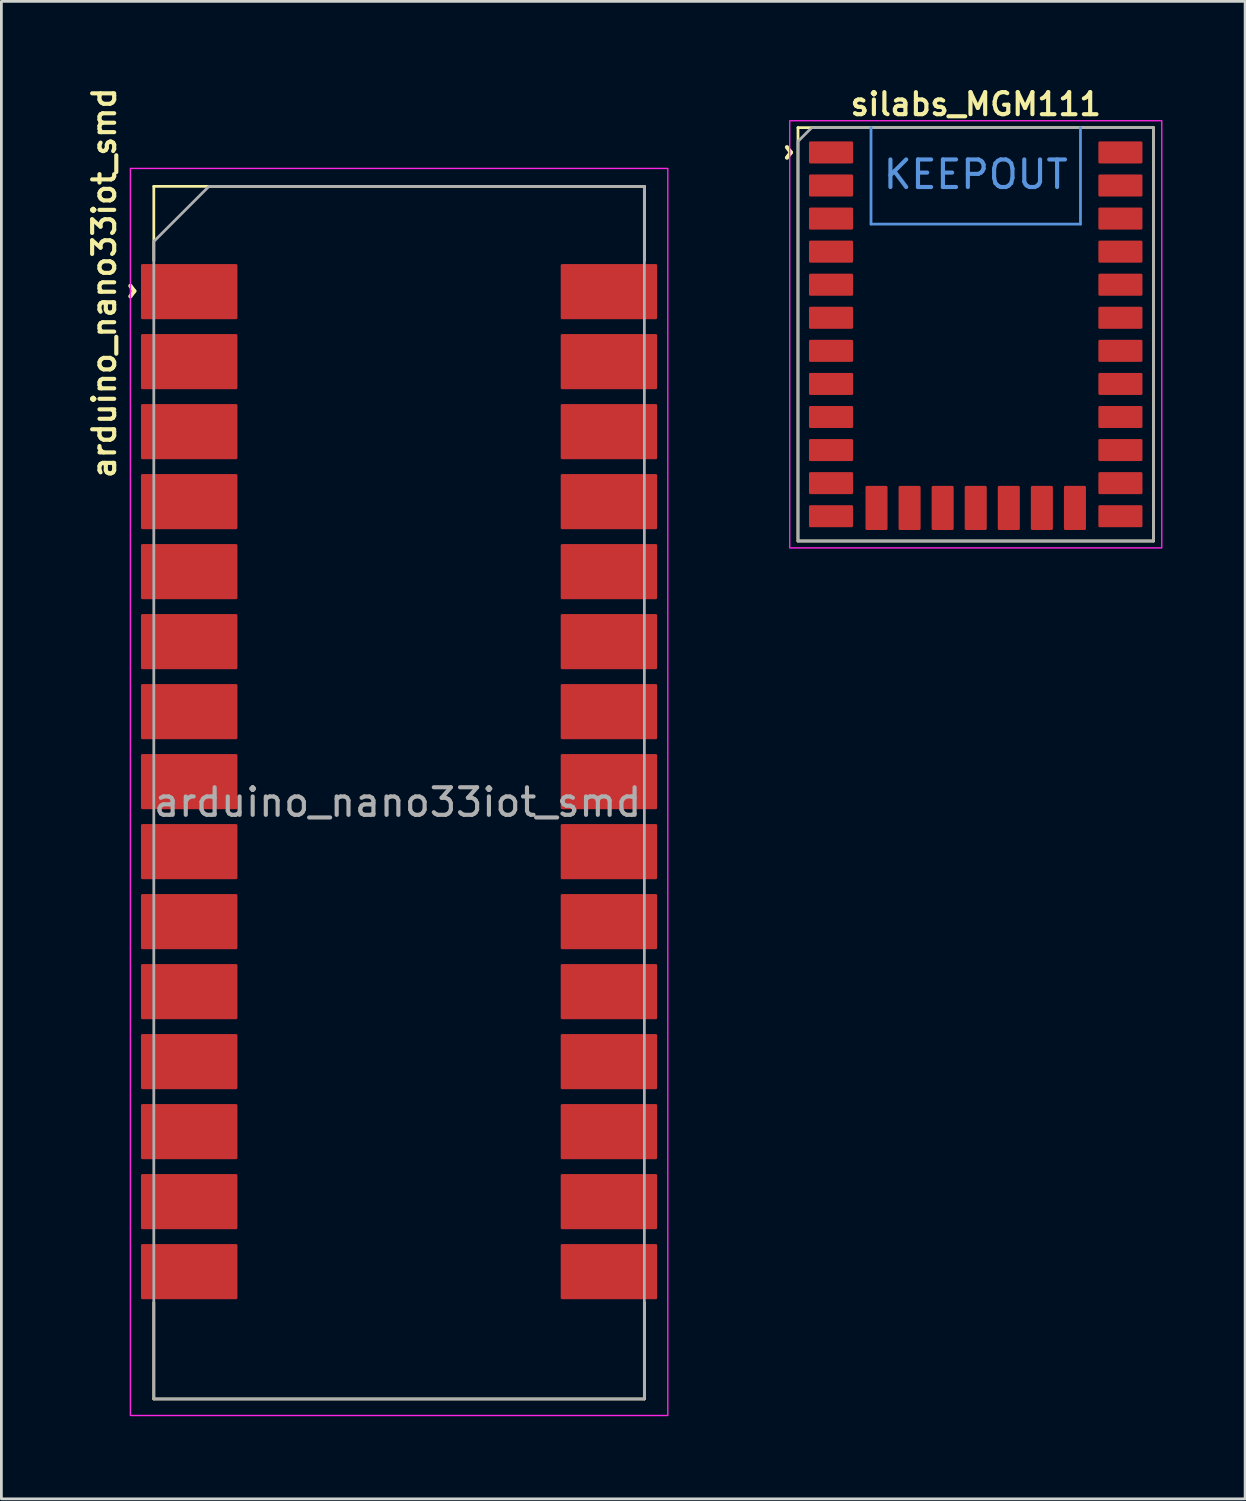
<source format=kicad_pcb>
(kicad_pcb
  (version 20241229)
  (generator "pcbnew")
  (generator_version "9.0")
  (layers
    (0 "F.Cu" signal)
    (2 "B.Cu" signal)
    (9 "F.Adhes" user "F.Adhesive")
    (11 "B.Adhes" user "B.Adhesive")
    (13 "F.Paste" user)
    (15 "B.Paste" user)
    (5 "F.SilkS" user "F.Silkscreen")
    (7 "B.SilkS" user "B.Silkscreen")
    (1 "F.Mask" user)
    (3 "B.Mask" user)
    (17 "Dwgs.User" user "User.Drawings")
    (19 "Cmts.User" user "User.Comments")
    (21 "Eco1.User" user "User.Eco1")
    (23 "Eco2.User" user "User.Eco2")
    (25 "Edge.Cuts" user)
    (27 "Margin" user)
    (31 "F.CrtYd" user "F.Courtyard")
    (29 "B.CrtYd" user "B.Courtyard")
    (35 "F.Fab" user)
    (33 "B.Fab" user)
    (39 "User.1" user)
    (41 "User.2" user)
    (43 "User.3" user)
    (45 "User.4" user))
  (footprint "silabs_MGM111"
    (layer "F.Cu")
    (at 32.355 9.081)
    (property "Reference" "silabs_MGM111" (at 0 -8.35 0) (layer "F.SilkS") (effects (font (size 0.8 0.8) (thickness 0.15))))
    (attr smd)
    (fp_line (start -6.45 -7.5) (end -6.45 7.5) (stroke (width 0.1) (type solid)) (layer "F.SilkS"))
    (fp_line (start -6.45 7.5) (end 6.45 7.5) (stroke (width 0.1) (type solid)) (layer "F.SilkS"))
    (fp_line (start 6.45 -7.5) (end -6.45 -7.5) (stroke (width 0.1) (type solid)) (layer "F.SilkS"))
    (fp_line (start 6.45 7.5) (end 6.45 -7.5) (stroke (width 0.1) (type solid)) (layer "F.SilkS"))
    (fp_line (start -3.8 -4) (end -3.8 -7.5) (stroke (width 0.1) (type solid)) (layer "Cmts.User"))
    (fp_line (start 3.8 -7.5) (end 3.8 -4) (stroke (width 0.1) (type solid)) (layer "Cmts.User"))
    (fp_line (start 3.8 -4) (end -3.8 -4) (stroke (width 0.1) (type solid)) (layer "Cmts.User"))
    (fp_rect (start -6.75 -7.75) (end 6.75 7.75) (stroke (width 0.05) (type default)) (fill no) (layer "F.CrtYd"))
    (fp_poly (pts (xy 6.45 -7.5) (xy 6.45 7.5) (xy -6.45 7.5) (xy -6.45 -7) (xy -5.95 -7.5)) (stroke (width 0.1) (type solid)) (fill no) (layer "F.Fab"))
    (fp_text user "^" (at -7.3 -6.6 270) (unlocked yes) (layer "F.SilkS") (effects (font (size 1 1) (thickness 0.15))))
    (fp_text user "KEEPOUT" (at 0 -5.8 0) (layer "Cmts.User") (effects (font (size 1 1) (thickness 0.15))))
    (pad "1" smd roundrect (at -5.25 -6.6) (size 1.6 0.8) (layers "F.Cu" "F.Mask" "F.Paste") (roundrect_rratio 0.062))
    (pad "2" smd roundrect (at -5.25 -5.4) (size 1.6 0.8) (layers "F.Cu" "F.Mask" "F.Paste") (roundrect_rratio 0.062))
    (pad "3" smd roundrect (at -5.25 -4.2) (size 1.6 0.8) (layers "F.Cu" "F.Mask" "F.Paste") (roundrect_rratio 0.062))
    (pad "4" smd roundrect (at -5.25 -3) (size 1.6 0.8) (layers "F.Cu" "F.Mask" "F.Paste") (roundrect_rratio 0.062))
    (pad "5" smd roundrect (at -5.25 -1.8) (size 1.6 0.8) (layers "F.Cu" "F.Mask" "F.Paste") (roundrect_rratio 0.062))
    (pad "6" smd roundrect (at -5.25 -0.6) (size 1.6 0.8) (layers "F.Cu" "F.Mask" "F.Paste") (roundrect_rratio 0.062))
    (pad "7" smd roundrect (at -5.25 0.6) (size 1.6 0.8) (layers "F.Cu" "F.Mask" "F.Paste") (roundrect_rratio 0.062))
    (pad "8" smd roundrect (at -5.25 1.8) (size 1.6 0.8) (layers "F.Cu" "F.Mask" "F.Paste") (roundrect_rratio 0.062))
    (pad "9" smd roundrect (at -5.25 3) (size 1.6 0.8) (layers "F.Cu" "F.Mask" "F.Paste") (roundrect_rratio 0.062))
    (pad "10" smd roundrect (at -5.25 4.2) (size 1.6 0.8) (layers "F.Cu" "F.Mask" "F.Paste") (roundrect_rratio 0.062))
    (pad "11" smd roundrect (at -5.25 5.4) (size 1.6 0.8) (layers "F.Cu" "F.Mask" "F.Paste") (roundrect_rratio 0.062))
    (pad "12" smd roundrect (at -5.25 6.6) (size 1.6 0.8) (layers "F.Cu" "F.Mask" "F.Paste") (roundrect_rratio 0.062))
    (pad "13" smd roundrect (at -3.6 6.3 90) (size 1.6 0.8) (layers "F.Cu" "F.Mask" "F.Paste") (roundrect_rratio 0.062))
    (pad "14" smd roundrect (at -2.4 6.3 90) (size 1.6 0.8) (layers "F.Cu" "F.Mask" "F.Paste") (roundrect_rratio 0.062))
    (pad "15" smd roundrect (at -1.2 6.3 90) (size 1.6 0.8) (layers "F.Cu" "F.Mask" "F.Paste") (roundrect_rratio 0.062))
    (pad "16" smd roundrect (at 0 6.3 90) (size 1.6 0.8) (layers "F.Cu" "F.Mask" "F.Paste") (roundrect_rratio 0.062))
    (pad "17" smd roundrect (at 1.2 6.3 90) (size 1.6 0.8) (layers "F.Cu" "F.Mask" "F.Paste") (roundrect_rratio 0.062))
    (pad "18" smd roundrect (at 2.4 6.3 90) (size 1.6 0.8) (layers "F.Cu" "F.Mask" "F.Paste") (roundrect_rratio 0.062))
    (pad "19" smd roundrect (at 3.6 6.3 90) (size 1.6 0.8) (layers "F.Cu" "F.Mask" "F.Paste") (roundrect_rratio 0.062))
    (pad "20" smd roundrect (at 5.25 6.6) (size 1.6 0.8) (layers "F.Cu" "F.Mask" "F.Paste") (roundrect_rratio 0.062))
    (pad "21" smd roundrect (at 5.25 5.4) (size 1.6 0.8) (layers "F.Cu" "F.Mask" "F.Paste") (roundrect_rratio 0.062))
    (pad "22" smd roundrect (at 5.25 4.2) (size 1.6 0.8) (layers "F.Cu" "F.Mask" "F.Paste") (roundrect_rratio 0.062))
    (pad "23" smd roundrect (at 5.25 3) (size 1.6 0.8) (layers "F.Cu" "F.Mask" "F.Paste") (roundrect_rratio 0.062))
    (pad "24" smd roundrect (at 5.25 1.8) (size 1.6 0.8) (layers "F.Cu" "F.Mask" "F.Paste") (roundrect_rratio 0.062))
    (pad "25" smd roundrect (at 5.25 0.6) (size 1.6 0.8) (layers "F.Cu" "F.Mask" "F.Paste") (roundrect_rratio 0.062))
    (pad "26" smd roundrect (at 5.25 -0.6) (size 1.6 0.8) (layers "F.Cu" "F.Mask" "F.Paste") (roundrect_rratio 0.062))
    (pad "27" smd roundrect (at 5.25 -1.8) (size 1.6 0.8) (layers "F.Cu" "F.Mask" "F.Paste") (roundrect_rratio 0.062))
    (pad "28" smd roundrect (at 5.25 -3) (size 1.6 0.8) (layers "F.Cu" "F.Mask" "F.Paste") (roundrect_rratio 0.062))
    (pad "29" smd roundrect (at 5.25 -4.2) (size 1.6 0.8) (layers "F.Cu" "F.Mask" "F.Paste") (roundrect_rratio 0.062))
    (pad "30" smd roundrect (at 5.25 -5.4) (size 1.6 0.8) (layers "F.Cu" "F.Mask" "F.Paste") (roundrect_rratio 0.062))
    (pad "31" smd roundrect (at 5.25 -6.6) (size 1.6 0.8) (layers "F.Cu" "F.Mask" "F.Paste") (roundrect_rratio 0.062))
    (zone (net_name "") (layers "F.Cu" "B.Cu" "F.CrtYd") (hatch edge 0.5) (connect_pads) (min_thickness 0.25) (filled_areas_thickness no) (keepout (tracks not_allowed) (vias not_allowed) (pads not_allowed) (copperpour not_allowed) (footprints allowed)) (placement (enabled no)) (fill) (polygon (pts (xy 36.154 1.581) (xy 36.154 5.081) (xy 28.555 5.081) (xy 28.555 1.581)))))
  (footprint "arduino_nano33iot_smd"
    (layer "F.Cu")
    (at 11.381 26.062)
    (property "Reference" "arduino_nano33iot_smd" (at -10.65 -18.85 270) (layer "F.SilkS") (effects (font (size 0.8 0.8) (thickness 0.15))))
    (attr smd)
    (fp_line (start -8.85 -19.65) (end -8.85 -22.35) (stroke (width 0.1) (type solid)) (layer "F.SilkS"))
    (fp_line (start -8.85 18.15) (end -8.85 21.65) (stroke (width 0.1) (type solid)) (layer "F.SilkS"))
    (fp_line (start -8.85 21.65) (end 8.95 21.65) (stroke (width 0.1) (type solid)) (layer "F.SilkS"))
    (fp_line (start 8.95 -22.35) (end -8.85 -22.35) (stroke (width 0.1) (type solid)) (layer "F.SilkS"))
    (fp_line (start 8.95 -19.65) (end 8.95 -22.35) (stroke (width 0.1) (type solid)) (layer "F.SilkS"))
    (fp_line (start 8.95 18.15) (end 8.95 21.65) (stroke (width 0.1) (type solid)) (layer "F.SilkS"))
    (fp_rect (start -9.7 -23) (end 9.8 22.25) (stroke (width 0.05) (type solid)) (fill no) (layer "F.CrtYd"))
    (fp_poly (pts (xy 8.95 -22.35) (xy 8.95 21.65) (xy -8.85 21.65) (xy -8.85 -20.35) (xy -6.85 -22.35)) (stroke (width 0.1) (type solid)) (fill no) (layer "F.Fab"))
    (fp_text user "^" (at -10.15 -18.55 270) (unlocked yes) (layer "F.SilkS") (effects (font (size 1 1) (thickness 0.15))))
    (fp_text user "${REFERENCE}" (at 0 0 180) (layer "F.Fab") (effects (font (size 1 1) (thickness 0.15))))
    (pad "1" smd roundrect (at -7.565 -18.53 180) (size 3.5 2) (layers "F.Cu" "F.Mask" "F.Paste") (roundrect_rratio 0.025))
    (pad "2" smd roundrect (at -7.565 -15.99 180) (size 3.5 2) (layers "F.Cu" "F.Mask" "F.Paste") (roundrect_rratio 0.025))
    (pad "3" smd roundrect (at -7.565 -13.45 180) (size 3.5 2) (layers "F.Cu" "F.Mask" "F.Paste") (roundrect_rratio 0.025))
    (pad "4" smd roundrect (at -7.565 -10.91 180) (size 3.5 2) (layers "F.Cu" "F.Mask" "F.Paste") (roundrect_rratio 0.025))
    (pad "5" smd roundrect (at -7.565 -8.37 180) (size 3.5 2) (layers "F.Cu" "F.Mask" "F.Paste") (roundrect_rratio 0.025))
    (pad "6" smd roundrect (at -7.565 -5.83 180) (size 3.5 2) (layers "F.Cu" "F.Mask" "F.Paste") (roundrect_rratio 0.025))
    (pad "7" smd roundrect (at -7.565 -3.29 180) (size 3.5 2) (layers "F.Cu" "F.Mask" "F.Paste") (roundrect_rratio 0.025))
    (pad "8" smd roundrect (at -7.565 -0.75 180) (size 3.5 2) (layers "F.Cu" "F.Mask" "F.Paste") (roundrect_rratio 0.025))
    (pad "9" smd roundrect (at -7.565 1.79 180) (size 3.5 2) (layers "F.Cu" "F.Mask" "F.Paste") (roundrect_rratio 0.025))
    (pad "10" smd roundrect (at -7.565 4.33 180) (size 3.5 2) (layers "F.Cu" "F.Mask" "F.Paste") (roundrect_rratio 0.025))
    (pad "11" smd roundrect (at -7.565 6.87 180) (size 3.5 2) (layers "F.Cu" "F.Mask" "F.Paste") (roundrect_rratio 0.025))
    (pad "12" smd roundrect (at -7.565 9.41 180) (size 3.5 2) (layers "F.Cu" "F.Mask" "F.Paste") (roundrect_rratio 0.025))
    (pad "13" smd roundrect (at -7.565 11.95 180) (size 3.5 2) (layers "F.Cu" "F.Mask" "F.Paste") (roundrect_rratio 0.025))
    (pad "14" smd roundrect (at -7.565 14.49 180) (size 3.5 2) (layers "F.Cu" "F.Mask" "F.Paste") (roundrect_rratio 0.025))
    (pad "15" smd roundrect (at -7.565 17.03 180) (size 3.5 2) (layers "F.Cu" "F.Mask" "F.Paste") (roundrect_rratio 0.025))
    (pad "16" smd roundrect (at 7.665 17.03 180) (size 3.5 2) (layers "F.Cu" "F.Mask" "F.Paste") (roundrect_rratio 0.025))
    (pad "17" smd roundrect (at 7.665 14.49 180) (size 3.5 2) (layers "F.Cu" "F.Mask" "F.Paste") (roundrect_rratio 0.025))
    (pad "18" smd roundrect (at 7.665 11.95 180) (size 3.5 2) (layers "F.Cu" "F.Mask" "F.Paste") (roundrect_rratio 0.025))
    (pad "19" smd roundrect (at 7.665 9.41 180) (size 3.5 2) (layers "F.Cu" "F.Mask" "F.Paste") (roundrect_rratio 0.025))
    (pad "20" smd roundrect (at 7.665 6.87 180) (size 3.5 2) (layers "F.Cu" "F.Mask" "F.Paste") (roundrect_rratio 0.025))
    (pad "21" smd roundrect (at 7.665 4.33 180) (size 3.5 2) (layers "F.Cu" "F.Mask" "F.Paste") (roundrect_rratio 0.025))
    (pad "22" smd roundrect (at 7.665 1.79 180) (size 3.5 2) (layers "F.Cu" "F.Mask" "F.Paste") (roundrect_rratio 0.025))
    (pad "23" smd roundrect (at 7.665 -0.75 180) (size 3.5 2) (layers "F.Cu" "F.Mask" "F.Paste") (roundrect_rratio 0.025))
    (pad "24" smd roundrect (at 7.665 -3.29 180) (size 3.5 2) (layers "F.Cu" "F.Mask" "F.Paste") (roundrect_rratio 0.025))
    (pad "25" smd roundrect (at 7.665 -5.83 180) (size 3.5 2) (layers "F.Cu" "F.Mask" "F.Paste") (roundrect_rratio 0.025))
    (pad "26" smd roundrect (at 7.665 -8.37 180) (size 3.5 2) (layers "F.Cu" "F.Mask" "F.Paste") (roundrect_rratio 0.025))
    (pad "27" smd roundrect (at 7.665 -10.91 180) (size 3.5 2) (layers "F.Cu" "F.Mask" "F.Paste") (roundrect_rratio 0.025))
    (pad "28" smd roundrect (at 7.665 -13.45 180) (size 3.5 2) (layers "F.Cu" "F.Mask" "F.Paste") (roundrect_rratio 0.025))
    (pad "29" smd roundrect (at 7.665 -15.99 180) (size 3.5 2) (layers "F.Cu" "F.Mask" "F.Paste") (roundrect_rratio 0.025))
    (pad "30" smd roundrect (at 7.665 -18.53 180) (size 3.5 2) (layers "F.Cu" "F.Mask" "F.Paste") (roundrect_rratio 0.025)))
  (gr_rect
    (start -3 -3)
    (end 42.13 51.337)
    (stroke (width 0.1) (type default))
    (fill no)
    (layer "Edge.Cuts")))
</source>
